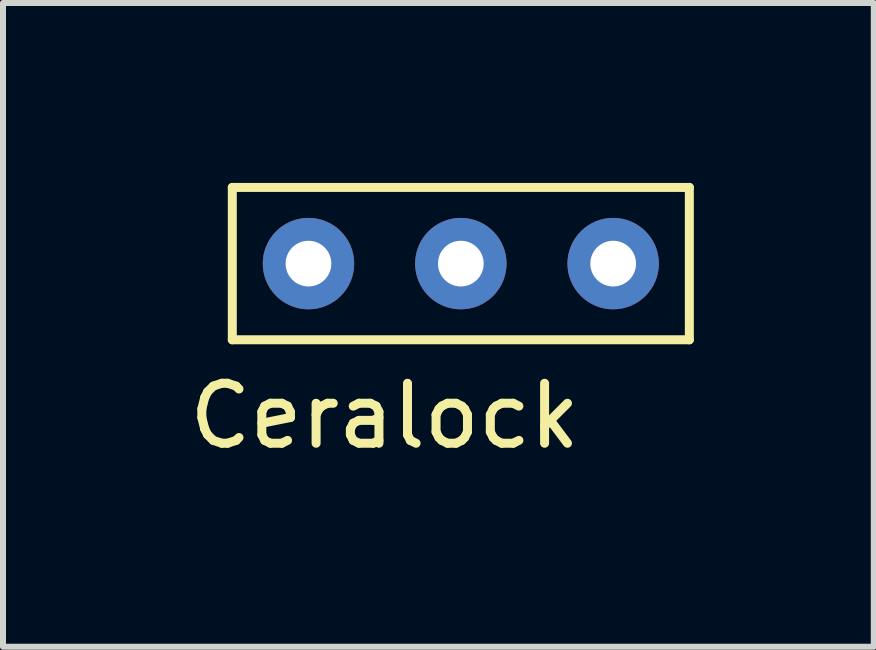
<source format=kicad_pcb>
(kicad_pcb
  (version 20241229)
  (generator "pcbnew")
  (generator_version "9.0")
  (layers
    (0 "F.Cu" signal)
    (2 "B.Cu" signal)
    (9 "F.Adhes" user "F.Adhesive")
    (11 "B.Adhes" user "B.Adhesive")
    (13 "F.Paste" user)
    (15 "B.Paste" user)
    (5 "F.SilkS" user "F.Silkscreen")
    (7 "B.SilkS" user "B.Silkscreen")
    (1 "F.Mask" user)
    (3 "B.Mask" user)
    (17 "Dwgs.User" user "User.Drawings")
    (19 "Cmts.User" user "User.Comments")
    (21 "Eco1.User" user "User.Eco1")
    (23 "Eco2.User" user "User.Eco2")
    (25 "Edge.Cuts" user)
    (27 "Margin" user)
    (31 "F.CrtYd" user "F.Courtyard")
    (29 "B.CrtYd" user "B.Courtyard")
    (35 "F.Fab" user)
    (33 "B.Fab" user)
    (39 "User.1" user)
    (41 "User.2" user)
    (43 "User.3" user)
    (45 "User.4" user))
  (footprint "Ceralock"
    (layer "F.Cu")
    (at 4.633 1.345)
    (property "Reference" "Ceralock" (at -1.27 2.54 0) (layer "F.SilkS") (effects (font (size 1 1) (thickness 0.15))))
    (attr through_hole)
    (fp_line (start -3.81 -1.27) (end 3.81 -1.27) (stroke (width 0.15) (type solid)) (layer "F.SilkS"))
    (fp_line (start -3.81 1.27) (end -3.81 -1.27) (stroke (width 0.15) (type solid)) (layer "F.SilkS"))
    (fp_line (start 3.81 -1.27) (end 3.81 1.27) (stroke (width 0.15) (type solid)) (layer "F.SilkS"))
    (fp_line (start 3.81 1.27) (end -3.81 1.27) (stroke (width 0.15) (type solid)) (layer "F.SilkS"))
    (pad "1" thru_hole circle (at 2.54 0) (size 1.524 1.524) (drill 0.762) (layers "*.Cu" "*.Mask"))
    (pad "2" thru_hole circle (at 0 0) (size 1.524 1.524) (drill 0.762) (layers "*.Cu" "*.Mask"))
    (pad "3" thru_hole circle (at -2.54 0) (size 1.524 1.524) (drill 0.762) (layers "*.Cu" "*.Mask")))
  (gr_rect
    (start -3 -3)
    (end 11.518 7.733)
    (stroke (width 0.1) (type default))
    (fill no)
    (layer "Edge.Cuts")))
</source>
